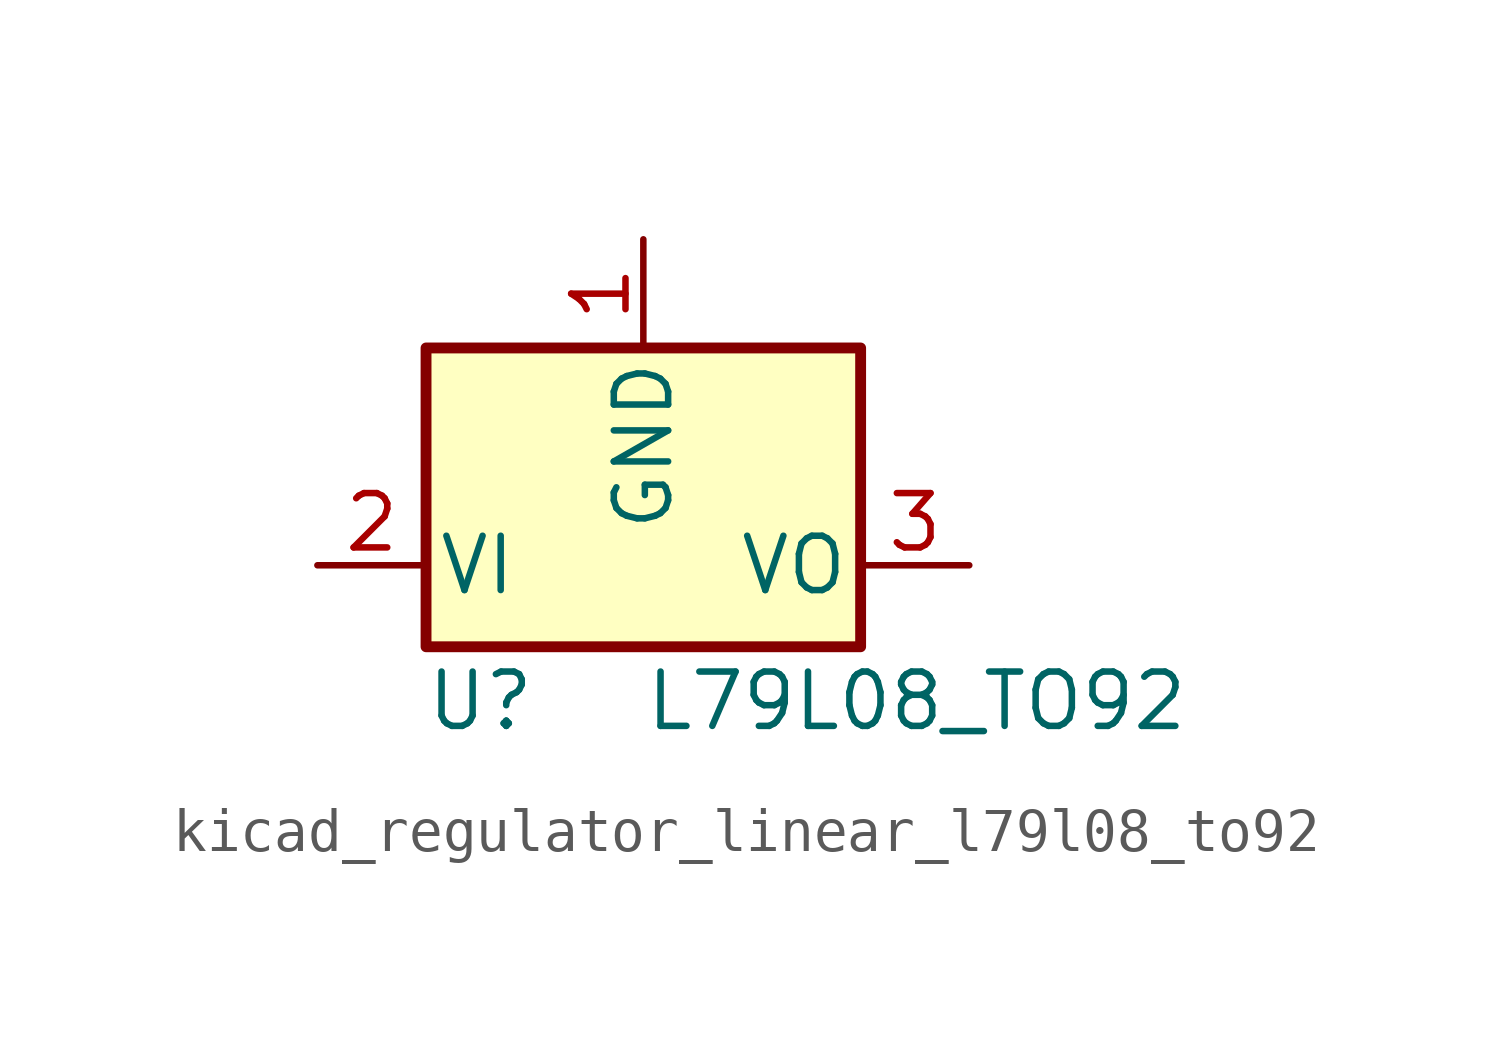
<source format=kicad_sym>
(kicad_symbol_lib
  (version 20220914)
  (generator kicad_symbol_editor)
  (symbol "kicad_regulator_linear_l79l08_to92"
    (pin_names
      (offset 0.254))
    (property "Reference" "U"
      (at -3.81 -3.175 0)
      (effects (font (size 1.27 1.27))))
    (property "Value" "L79L08_TO92"
      (at 0 -3.175 0)
      (effects (font (size 1.27 1.27)) (justify left)))
    (symbol "kicad_regulator_linear_l79l08_to92_0_1"
      (rectangle (start -5.08 5.08) (end 5.08 -1.905) (stroke (width 0.254) (type default)) (fill (type background))))
    (symbol "kicad_regulator_linear_l79l08_to92_1_1"
      (pin power_in line (at 0 7.62 270) (length 2.54) (name "GND" (effects (font (size 1.27 1.27)))) (number "1" (effects (font (size 1.27 1.27)))))
      (pin power_in line (at -7.62 0 0) (length 2.54) (name "VI" (effects (font (size 1.27 1.27)))) (number "2" (effects (font (size 1.27 1.27)))))
      (pin power_out line (at 7.62 0 180) (length 2.54) (name "VO" (effects (font (size 1.27 1.27)))) (number "3" (effects (font (size 1.27 1.27))))))))
</source>
